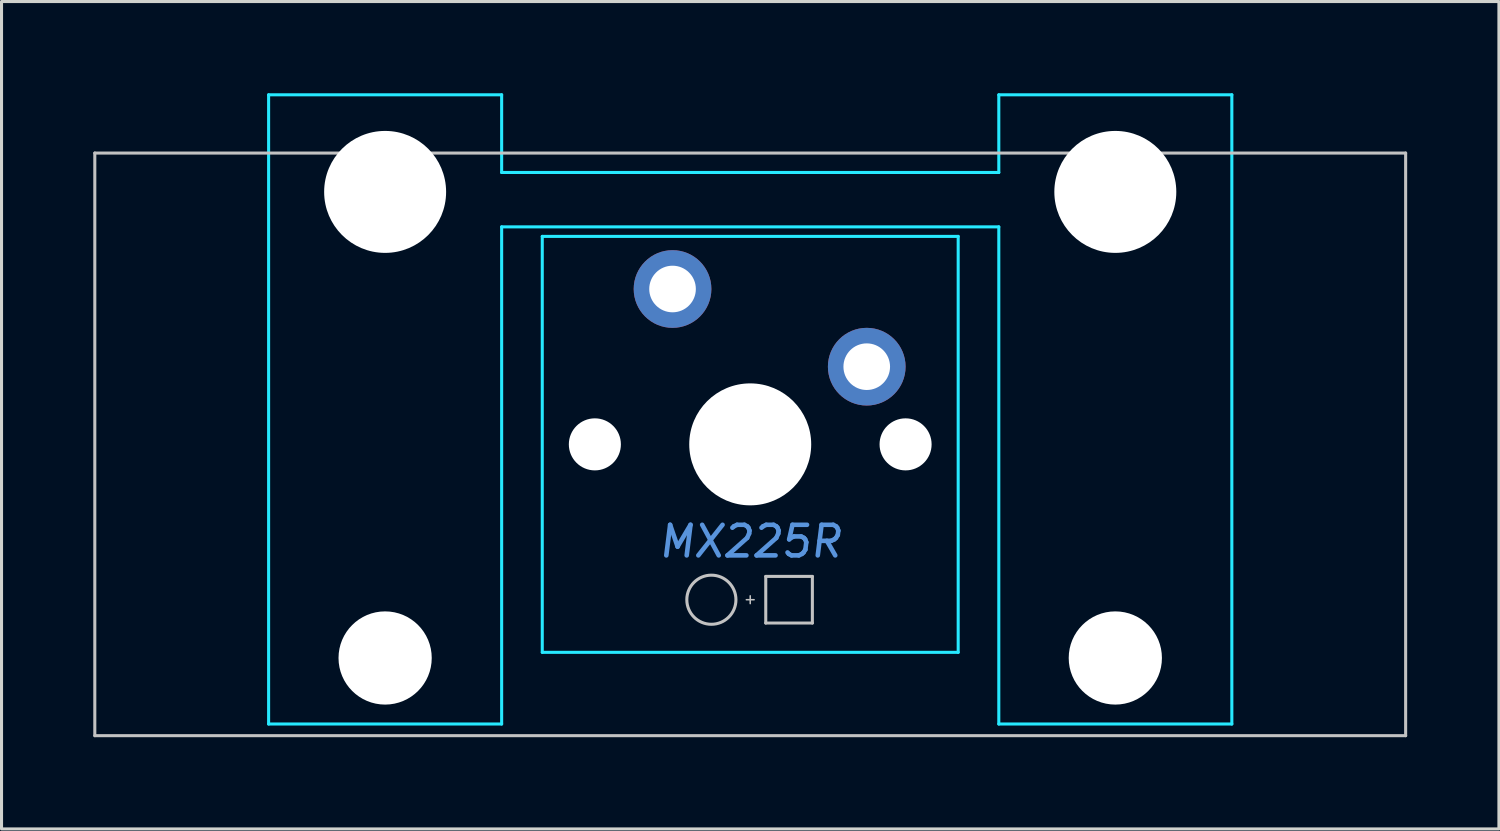
<source format=kicad_pcb>
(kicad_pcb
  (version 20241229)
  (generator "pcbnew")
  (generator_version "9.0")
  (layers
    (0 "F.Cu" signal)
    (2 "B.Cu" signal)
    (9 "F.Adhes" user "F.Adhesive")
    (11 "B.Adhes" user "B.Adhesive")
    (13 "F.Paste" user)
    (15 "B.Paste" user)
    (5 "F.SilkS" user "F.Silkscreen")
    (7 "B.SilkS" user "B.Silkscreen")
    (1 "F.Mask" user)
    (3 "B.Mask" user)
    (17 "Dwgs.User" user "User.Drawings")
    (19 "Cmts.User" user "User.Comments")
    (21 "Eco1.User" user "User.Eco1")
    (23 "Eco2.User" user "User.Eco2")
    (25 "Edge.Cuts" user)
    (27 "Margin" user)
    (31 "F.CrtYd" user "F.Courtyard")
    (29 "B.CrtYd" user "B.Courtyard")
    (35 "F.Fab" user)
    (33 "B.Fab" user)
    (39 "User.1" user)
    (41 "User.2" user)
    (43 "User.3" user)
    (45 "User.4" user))
  (footprint "MX225R"
    (layer "F.Cu")
    (at 21.481 11.48)
    (property "Reference" "MX225R" (at 0 3.175 0) (layer "Cmts.User") (effects (font (size 1 1) (thickness 0.15) (italic yes))))
    (attr through_hole)
    (fp_line (start -21.431 -9.525) (end -21.431 9.525) (stroke (width 0.1) (type solid)) (layer "Dwgs.User"))
    (fp_line (start -21.431 -9.525) (end 21.431 -9.525) (stroke (width 0.1) (type solid)) (layer "Dwgs.User"))
    (fp_line (start -21.431 9.525) (end 21.431 9.525) (stroke (width 0.1) (type solid)) (layer "Dwgs.User"))
    (fp_line (start -0.127 5.08) (end 0.127 5.08) (stroke (width 0.05) (type solid)) (layer "Dwgs.User"))
    (fp_line (start 0 5.207) (end 0 4.953) (stroke (width 0.05) (type solid)) (layer "Dwgs.User"))
    (fp_line (start 0.508 4.318) (end 0.508 5.842) (stroke (width 0.1) (type solid)) (layer "Dwgs.User"))
    (fp_line (start 0.508 4.318) (end 2.032 4.318) (stroke (width 0.1) (type solid)) (layer "Dwgs.User"))
    (fp_line (start 0.508 5.842) (end 2.032 5.842) (stroke (width 0.1) (type solid)) (layer "Dwgs.User"))
    (fp_line (start 2.032 5.842) (end 2.032 4.318) (stroke (width 0.1) (type solid)) (layer "Dwgs.User"))
    (fp_line (start 21.431 -9.525) (end 21.431 9.525) (stroke (width 0.1) (type solid)) (layer "Dwgs.User"))
    (fp_circle (center -1.27 5.08) (end -0.467 5.08) (stroke (width 0.1) (type solid)) (fill no) (layer "Dwgs.User"))
    (fp_line (start -15.438 -8.515) (end -15.438 5.485) (stroke (width 0.1) (type solid)) (layer "Eco1.User"))
    (fp_line (start -14.938 -9.015) (end -8.938 -9.015) (stroke (width 0.1) (type solid)) (layer "Eco1.User"))
    (fp_line (start -8.938 5.985) (end -14.938 5.985) (stroke (width 0.1) (type solid)) (layer "Eco1.User"))
    (fp_line (start -8.438 5.485) (end -8.438 -8.515) (stroke (width 0.1) (type solid)) (layer "Eco1.User"))
    (fp_line (start -7 -6.5) (end -7 6.5) (stroke (width 0.1) (type solid)) (layer "Eco1.User"))
    (fp_line (start -6.5 7) (end 6.5 7) (stroke (width 0.1) (type solid)) (layer "Eco1.User"))
    (fp_line (start 6.5 -7) (end -6.5 -7) (stroke (width 0.1) (type solid)) (layer "Eco1.User"))
    (fp_line (start 7 6.5) (end 7 -6.5) (stroke (width 0.1) (type solid)) (layer "Eco1.User"))
    (fp_line (start 8.438 -8.515) (end 8.438 5.485) (stroke (width 0.1) (type solid)) (layer "Eco1.User"))
    (fp_line (start 8.938 -9.015) (end 14.938 -9.015) (stroke (width 0.1) (type solid)) (layer "Eco1.User"))
    (fp_line (start 14.938 5.985) (end 8.938 5.985) (stroke (width 0.1) (type solid)) (layer "Eco1.User"))
    (fp_line (start 15.438 5.485) (end 15.438 -8.515) (stroke (width 0.1) (type solid)) (layer "Eco1.User"))
    (fp_arc (start -15.438 -8.515) (mid -15.291553 -8.868553) (end -14.938 -9.015) (stroke (width 0.1) (type solid)) (layer "Eco1.User"))
    (fp_arc (start -14.938 5.985) (mid -15.291553 5.838553) (end -15.438 5.485) (stroke (width 0.1) (type solid)) (layer "Eco1.User"))
    (fp_arc (start -8.938 -9.015) (mid -8.584447 -8.868553) (end -8.438 -8.515) (stroke (width 0.1) (type solid)) (layer "Eco1.User"))
    (fp_arc (start -8.438 5.485) (mid -8.584447 5.838553) (end -8.938 5.985) (stroke (width 0.1) (type solid)) (layer "Eco1.User"))
    (fp_arc (start -7 -6.5) (mid -6.853553 -6.853553) (end -6.5 -7) (stroke (width 0.1) (type solid)) (layer "Eco1.User"))
    (fp_arc (start -6.5 7) (mid -6.853553 6.853553) (end -7 6.5) (stroke (width 0.1) (type solid)) (layer "Eco1.User"))
    (fp_arc (start 6.5 -7) (mid 6.853553 -6.853553) (end 7 -6.5) (stroke (width 0.1) (type solid)) (layer "Eco1.User"))
    (fp_arc (start 7 6.5) (mid 6.853553 6.853553) (end 6.5 7) (stroke (width 0.1) (type solid)) (layer "Eco1.User"))
    (fp_arc (start 8.438 -8.515) (mid 8.584447 -8.868553) (end 8.938 -9.015) (stroke (width 0.1) (type solid)) (layer "Eco1.User"))
    (fp_arc (start 8.938 5.985) (mid 8.584447 5.838553) (end 8.438 5.485) (stroke (width 0.1) (type solid)) (layer "Eco1.User"))
    (fp_arc (start 14.938 -9.015) (mid 15.291553 -8.868553) (end 15.438 -8.515) (stroke (width 0.1) (type solid)) (layer "Eco1.User"))
    (fp_arc (start 15.438 5.485) (mid 15.291553 5.838553) (end 14.938 5.985) (stroke (width 0.1) (type solid)) (layer "Eco1.User"))
    (fp_line (start -15.748 -11.43) (end -8.128 -11.43) (stroke (width 0.1) (type solid)) (layer "B.CrtYd"))
    (fp_line (start -15.748 9.144) (end -15.748 -11.43) (stroke (width 0.1) (type solid)) (layer "B.CrtYd"))
    (fp_line (start -8.128 -11.43) (end -8.128 -8.89) (stroke (width 0.1) (type solid)) (layer "B.CrtYd"))
    (fp_line (start -8.128 9.144) (end -15.748 9.144) (stroke (width 0.1) (type solid)) (layer "B.CrtYd"))
    (fp_line (start -8.128 9.144) (end -8.128 -7.112) (stroke (width 0.1) (type solid)) (layer "B.CrtYd"))
    (fp_line (start -6.8 6.8) (end -6.8 -6.8) (stroke (width 0.1) (type solid)) (layer "B.CrtYd"))
    (fp_line (start 6.8 -6.8) (end -6.8 -6.8) (stroke (width 0.1) (type solid)) (layer "B.CrtYd"))
    (fp_line (start 6.8 6.8) (end -6.8 6.8) (stroke (width 0.1) (type solid)) (layer "B.CrtYd"))
    (fp_line (start 6.8 6.8) (end 6.8 -6.8) (stroke (width 0.1) (type solid)) (layer "B.CrtYd"))
    (fp_line (start 8.128 -11.43) (end 8.128 -8.89) (stroke (width 0.1) (type solid)) (layer "B.CrtYd"))
    (fp_line (start 8.128 -11.43) (end 15.748 -11.43) (stroke (width 0.1) (type solid)) (layer "B.CrtYd"))
    (fp_line (start 8.128 -8.89) (end -8.128 -8.89) (stroke (width 0.1) (type solid)) (layer "B.CrtYd"))
    (fp_line (start 8.128 -7.112) (end -8.128 -7.112) (stroke (width 0.1) (type solid)) (layer "B.CrtYd"))
    (fp_line (start 8.128 9.144) (end 8.128 -7.112) (stroke (width 0.1) (type solid)) (layer "B.CrtYd"))
    (fp_line (start 15.748 -11.43) (end 15.748 9.144) (stroke (width 0.1) (type solid)) (layer "B.CrtYd"))
    (fp_line (start 15.748 9.144) (end 8.128 9.144) (stroke (width 0.1) (type solid)) (layer "B.CrtYd"))
    (pad "" np_thru_hole circle (at -11.938 -8.255 180) (size 3.988 3.988) (drill 3.988) (layers "*.Cu" "*.Mask"))
    (pad "" np_thru_hole circle (at -11.938 6.985 180) (size 3.048 3.048) (drill 3.048) (layers "*.Cu" "*.Mask"))
    (pad "" np_thru_hole circle (at -5.08 0) (size 1.702 1.702) (drill 1.702) (layers "*.Cu" "*.Mask"))
    (pad "" np_thru_hole circle (at 0 0) (size 3.988 3.988) (drill 3.988) (layers "*.Cu" "*.Mask"))
    (pad "" np_thru_hole circle (at 5.08 0) (size 1.702 1.702) (drill 1.702) (layers "*.Cu" "*.Mask"))
    (pad "" np_thru_hole circle (at 11.938 -8.255 180) (size 3.988 3.988) (drill 3.988) (layers "*.Cu" "*.Mask"))
    (pad "" np_thru_hole circle (at 11.938 6.985 180) (size 3.048 3.048) (drill 3.048) (layers "*.Cu" "*.Mask"))
    (pad "1" thru_hole circle (at 3.81 -2.54) (size 2.54 2.54) (drill 1.524) (layers "*.Cu" "*.Mask"))
    (pad "2" thru_hole circle (at -2.54 -5.08) (size 2.54 2.54) (drill 1.524) (layers "*.Cu" "*.Mask")))
  (gr_rect
    (start -3 -3)
    (end 45.962 24.055)
    (stroke (width 0.1) (type default))
    (fill no)
    (layer "Edge.Cuts")))
</source>
